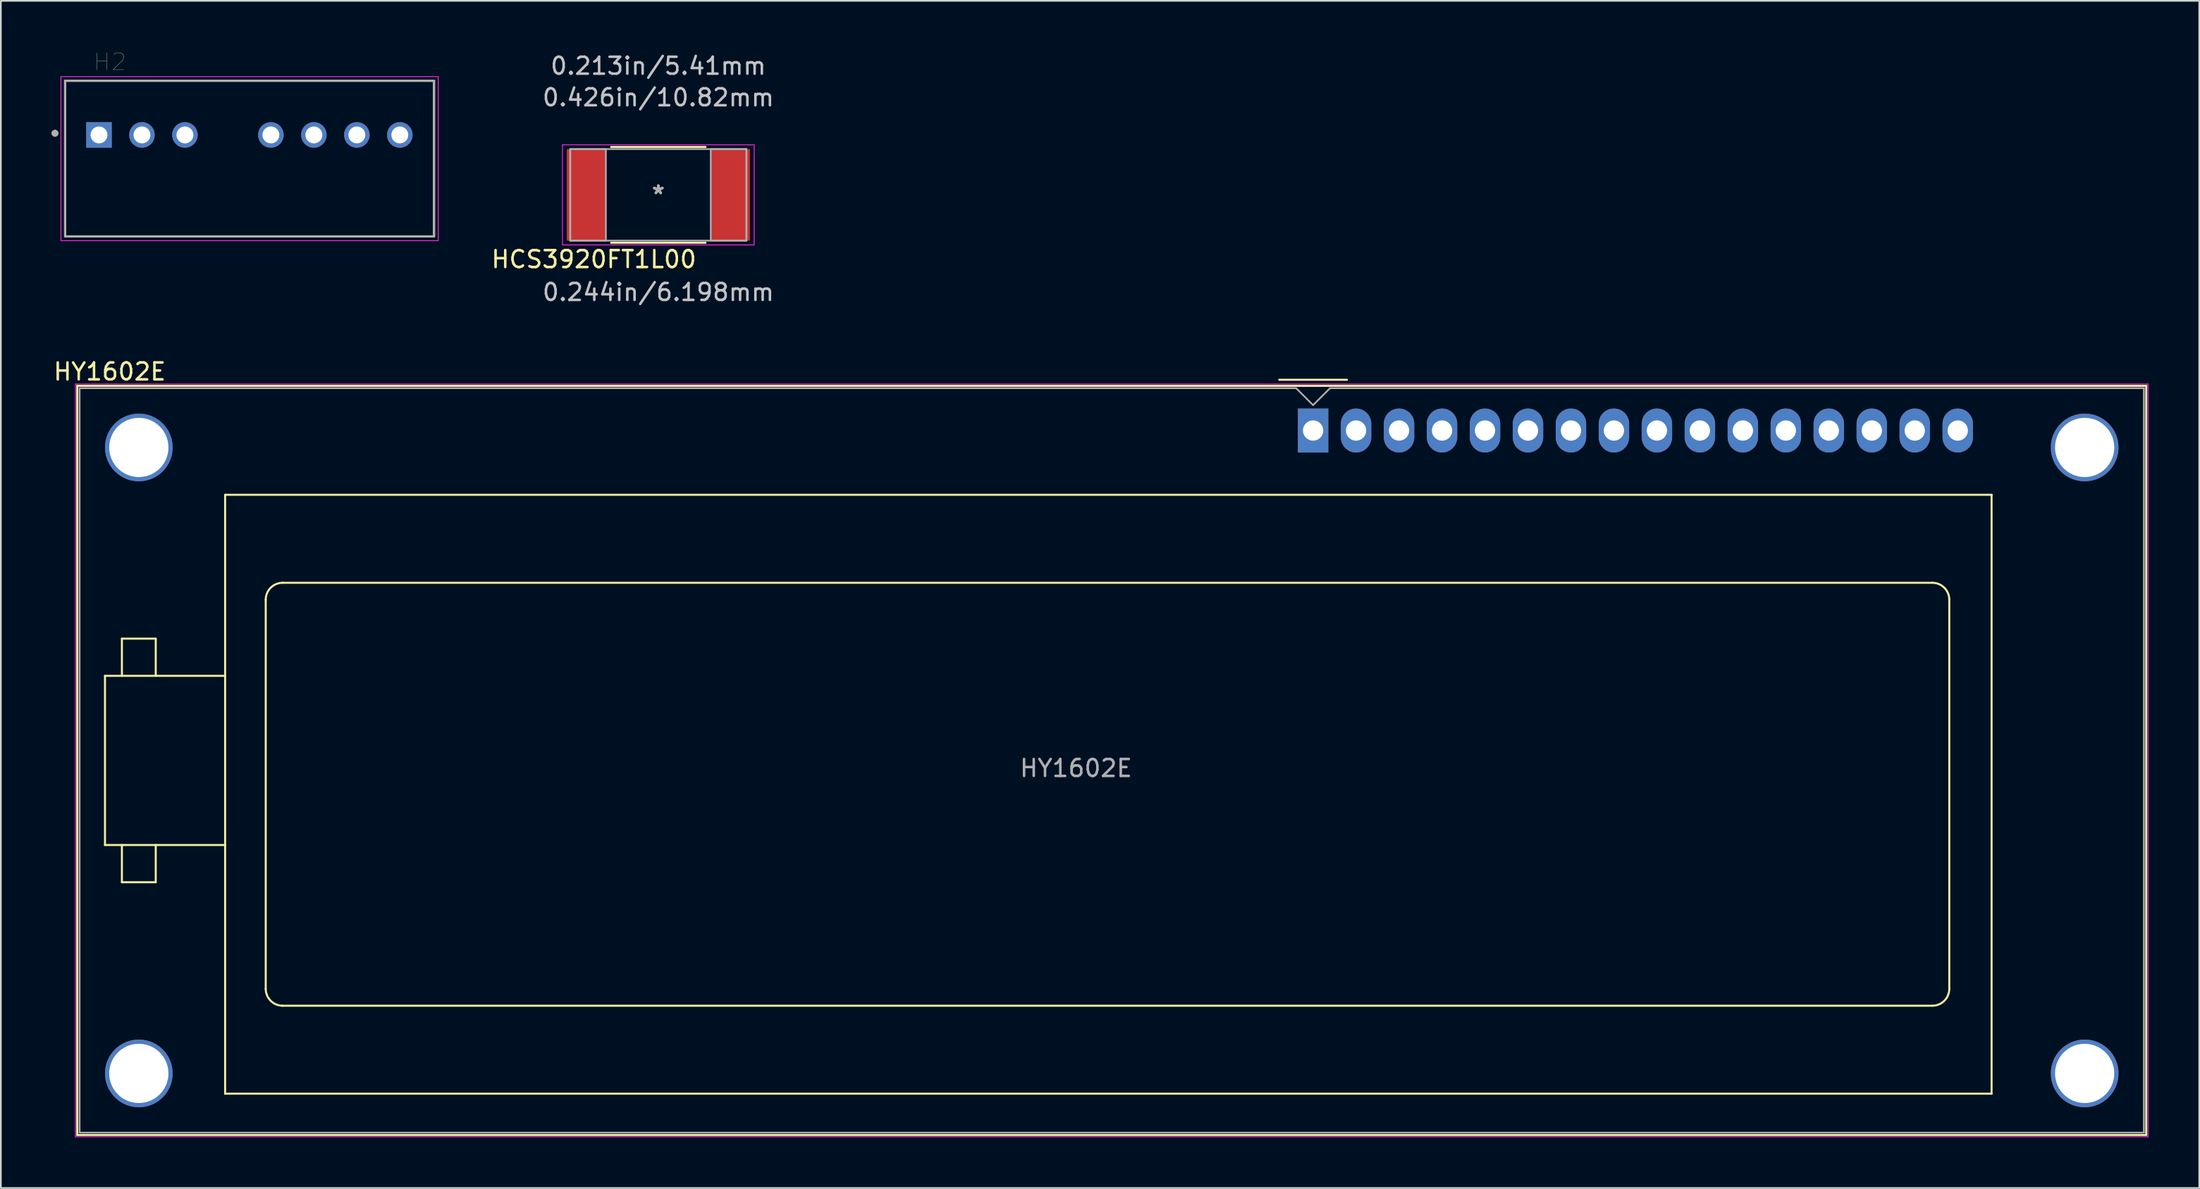
<source format=kicad_pcb>
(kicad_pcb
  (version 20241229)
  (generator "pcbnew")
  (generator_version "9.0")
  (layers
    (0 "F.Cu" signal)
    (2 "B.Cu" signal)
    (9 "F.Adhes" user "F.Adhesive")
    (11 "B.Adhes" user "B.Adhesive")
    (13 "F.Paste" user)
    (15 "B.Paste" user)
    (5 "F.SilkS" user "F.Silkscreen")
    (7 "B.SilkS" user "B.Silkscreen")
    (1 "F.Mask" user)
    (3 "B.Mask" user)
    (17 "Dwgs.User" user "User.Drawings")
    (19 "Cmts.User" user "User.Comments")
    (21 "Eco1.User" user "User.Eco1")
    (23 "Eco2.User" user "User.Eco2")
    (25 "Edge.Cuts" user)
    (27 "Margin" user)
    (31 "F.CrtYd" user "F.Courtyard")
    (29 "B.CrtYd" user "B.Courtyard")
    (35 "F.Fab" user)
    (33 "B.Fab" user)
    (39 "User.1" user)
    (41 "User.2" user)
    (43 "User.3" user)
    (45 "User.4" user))
  (footprint "H2"
    (layer "F.Cu")
    (at 11.7 6.326)
    (property "Reference" "H2" (at -8.255 -5.715 0) (layer "F.SilkS") (effects (font (size 1 1) (thickness 0.015))))
    (attr through_hole)
    (fp_line (start -10.9 -4.6) (end 10.9 -4.6) (stroke (width 0.127) (type solid)) (layer "F.SilkS"))
    (fp_line (start -10.9 4.6) (end -10.9 -4.6) (stroke (width 0.127) (type solid)) (layer "F.SilkS"))
    (fp_line (start 10.9 -4.6) (end 10.9 4.6) (stroke (width 0.127) (type solid)) (layer "F.SilkS"))
    (fp_line (start 10.9 4.6) (end -10.9 4.6) (stroke (width 0.127) (type solid)) (layer "F.SilkS"))
    (fp_circle (center -11.5 -1.5) (end -11.4 -1.5) (stroke (width 0.2) (type solid)) (fill no) (layer "F.SilkS"))
    (fp_line (start -11.15 -4.85) (end 11.15 -4.85) (stroke (width 0.05) (type solid)) (layer "F.CrtYd"))
    (fp_line (start -11.15 4.85) (end -11.15 -4.85) (stroke (width 0.05) (type solid)) (layer "F.CrtYd"))
    (fp_line (start 11.15 -4.85) (end 11.15 4.85) (stroke (width 0.05) (type solid)) (layer "F.CrtYd"))
    (fp_line (start 11.15 4.85) (end -11.15 4.85) (stroke (width 0.05) (type solid)) (layer "F.CrtYd"))
    (fp_line (start -10.9 -4.6) (end 10.9 -4.6) (stroke (width 0.127) (type solid)) (layer "F.Fab"))
    (fp_line (start -10.9 4.6) (end -10.9 -4.6) (stroke (width 0.127) (type solid)) (layer "F.Fab"))
    (fp_line (start 10.9 -4.6) (end 10.9 4.6) (stroke (width 0.127) (type solid)) (layer "F.Fab"))
    (fp_line (start 10.9 4.6) (end -10.9 4.6) (stroke (width 0.127) (type solid)) (layer "F.Fab"))
    (fp_circle (center -11.5 -1.5) (end -11.4 -1.5) (stroke (width 0.2) (type solid)) (fill no) (layer "F.Fab"))
    (pad "1" thru_hole rect (at -8.9 -1.4) (size 1.508 1.508) (drill 1) (layers "*.Cu" "*.Mask"))
    (pad "2" thru_hole circle (at -6.36 -1.4) (size 1.508 1.508) (drill 1) (layers "*.Cu" "*.Mask"))
    (pad "3" thru_hole circle (at -3.82 -1.4) (size 1.508 1.508) (drill 1) (layers "*.Cu" "*.Mask"))
    (pad "5" thru_hole circle (at 1.26 -1.4) (size 1.508 1.508) (drill 1) (layers "*.Cu" "*.Mask"))
    (pad "6" thru_hole circle (at 3.8 -1.4) (size 1.508 1.508) (drill 1) (layers "*.Cu" "*.Mask"))
    (pad "7" thru_hole circle (at 6.34 -1.4) (size 1.508 1.508) (drill 1) (layers "*.Cu" "*.Mask"))
    (pad "8" thru_hole circle (at 8.88 -1.4) (size 1.508 1.508) (drill 1) (layers "*.Cu" "*.Mask")))
  (footprint "HY1602E"
    (layer "F.Cu")
    (at 74.555 22.398)
    (property "Reference" "HY1602E" (at -71.12 -3.48 0) (layer "F.SilkS") (effects (font (size 1 1) (thickness 0.15))))
    (attr through_hole)
    (fp_line (start -73.04 -2.64) (end -73.04 41.64) (stroke (width 0.12) (type solid)) (layer "F.SilkS"))
    (fp_line (start -73.04 -2.64) (end 49.24 -2.64) (stroke (width 0.12) (type solid)) (layer "F.SilkS"))
    (fp_line (start -71.4 14.5) (end -64.3 14.5) (stroke (width 0.12) (type solid)) (layer "F.SilkS"))
    (fp_line (start -71.4 24.5) (end -71.4 14.5) (stroke (width 0.12) (type solid)) (layer "F.SilkS"))
    (fp_line (start -70.4 12.3) (end -70.4 14.5) (stroke (width 0.12) (type solid)) (layer "F.SilkS"))
    (fp_line (start -70.4 26.7) (end -70.4 24.5) (stroke (width 0.12) (type solid)) (layer "F.SilkS"))
    (fp_line (start -68.4 12.3) (end -70.4 12.3) (stroke (width 0.12) (type solid)) (layer "F.SilkS"))
    (fp_line (start -68.4 14.5) (end -68.4 12.3) (stroke (width 0.12) (type solid)) (layer "F.SilkS"))
    (fp_line (start -68.4 24.5) (end -68.4 26.7) (stroke (width 0.12) (type solid)) (layer "F.SilkS"))
    (fp_line (start -68.4 26.7) (end -70.4 26.7) (stroke (width 0.12) (type solid)) (layer "F.SilkS"))
    (fp_line (start -64.3 3.8) (end 40.1 3.8) (stroke (width 0.12) (type solid)) (layer "F.SilkS"))
    (fp_line (start -64.3 24.5) (end -71.4 24.5) (stroke (width 0.12) (type solid)) (layer "F.SilkS"))
    (fp_line (start -64.3 39.2) (end -64.3 3.8) (stroke (width 0.12) (type solid)) (layer "F.SilkS"))
    (fp_line (start -61.9 33) (end -61.9 10) (stroke (width 0.12) (type solid)) (layer "F.SilkS"))
    (fp_line (start -60.9 9) (end 36.6 9) (stroke (width 0.12) (type solid)) (layer "F.SilkS"))
    (fp_line (start -2 -3) (end 2 -3) (stroke (width 0.12) (type solid)) (layer "F.SilkS"))
    (fp_line (start 36.6 34) (end -60.9 34) (stroke (width 0.12) (type solid)) (layer "F.SilkS"))
    (fp_line (start 37.6 10) (end 37.6 33) (stroke (width 0.12) (type solid)) (layer "F.SilkS"))
    (fp_line (start 40.1 3.8) (end 40.1 39.2) (stroke (width 0.12) (type solid)) (layer "F.SilkS"))
    (fp_line (start 40.1 39.2) (end -64.3 39.2) (stroke (width 0.12) (type solid)) (layer "F.SilkS"))
    (fp_line (start 49.24 -2.64) (end 49.24 41.64) (stroke (width 0.12) (type solid)) (layer "F.SilkS"))
    (fp_line (start 49.24 41.64) (end -73.04 41.64) (stroke (width 0.12) (type solid)) (layer "F.SilkS"))
    (fp_arc (start -61.9 10) (mid -61.607107 9.292893) (end -60.9 9) (stroke (width 0.12) (type solid)) (layer "F.SilkS"))
    (fp_arc (start -60.9 34) (mid -61.607107 33.707107) (end -61.9 33) (stroke (width 0.12) (type solid)) (layer "F.SilkS"))
    (fp_arc (start 36.6 9) (mid 37.307107 9.292893) (end 37.6 10) (stroke (width 0.12) (type solid)) (layer "F.SilkS"))
    (fp_arc (start 37.6 33) (mid 37.307107 33.707107) (end 36.6 34) (stroke (width 0.12) (type solid)) (layer "F.SilkS"))
    (fp_line (start -73.15 -2.75) (end -73.15 41.75) (stroke (width 0.05) (type solid)) (layer "F.CrtYd"))
    (fp_line (start -73.15 -2.75) (end 49.35 -2.75) (stroke (width 0.05) (type solid)) (layer "F.CrtYd"))
    (fp_line (start -73.15 41.75) (end 49.35 41.75) (stroke (width 0.05) (type solid)) (layer "F.CrtYd"))
    (fp_line (start 49.35 -2.75) (end 49.35 41.75) (stroke (width 0.05) (type solid)) (layer "F.CrtYd"))
    (fp_line (start -72.9 -2.5) (end -72.9 41.5) (stroke (width 0.1) (type solid)) (layer "F.Fab"))
    (fp_line (start -72.9 41.5) (end 49.1 41.5) (stroke (width 0.1) (type solid)) (layer "F.Fab"))
    (fp_line (start -1 -2.5) (end -72.9 -2.5) (stroke (width 0.1) (type solid)) (layer "F.Fab"))
    (fp_line (start 0 -1.5) (end -1 -2.5) (stroke (width 0.1) (type solid)) (layer "F.Fab"))
    (fp_line (start 1 -2.5) (end 0 -1.5) (stroke (width 0.1) (type solid)) (layer "F.Fab"))
    (fp_line (start 49.1 -2.5) (end 1 -2.5) (stroke (width 0.1) (type solid)) (layer "F.Fab"))
    (fp_line (start 49.1 41.5) (end 49.1 -2.5) (stroke (width 0.1) (type solid)) (layer "F.Fab"))
    (fp_text user "${REFERENCE}" (at -14.01 19.96 0) (layer "F.Fab") (effects (font (size 1 1) (thickness 0.15))))
    (pad "" thru_hole circle (at -69.4 1.001 180) (size 4 4) (drill 3.5) (layers "*.Cu" "*.Mask"))
    (pad "" thru_hole circle (at -69.4 38.001 180) (size 4 4) (drill 3.5) (layers "*.Cu" "*.Mask"))
    (pad "" thru_hole circle (at 45.601 1.001 180) (size 4 4) (drill 3.5) (layers "*.Cu" "*.Mask"))
    (pad "" thru_hole circle (at 45.601 38.001 180) (size 4 4) (drill 3.5) (layers "*.Cu" "*.Mask"))
    (pad "1" thru_hole rect (at 0 0 180) (size 1.8 2.6) (drill 1.2) (layers "*.Cu" "*.Mask"))
    (pad "2" thru_hole oval (at 2.54 0 180) (size 1.8 2.6) (drill 1.2) (layers "*.Cu" "*.Mask"))
    (pad "3" thru_hole oval (at 5.08 0 180) (size 1.8 2.6) (drill 1.2) (layers "*.Cu" "*.Mask"))
    (pad "4" thru_hole oval (at 7.62 0 180) (size 1.8 2.6) (drill 1.2) (layers "*.Cu" "*.Mask"))
    (pad "5" thru_hole oval (at 10.16 0 180) (size 1.8 2.6) (drill 1.2) (layers "*.Cu" "*.Mask"))
    (pad "6" thru_hole oval (at 12.7 0 180) (size 1.8 2.6) (drill 1.2) (layers "*.Cu" "*.Mask"))
    (pad "7" thru_hole oval (at 15.24 0 180) (size 1.8 2.6) (drill 1.2) (layers "*.Cu" "*.Mask"))
    (pad "8" thru_hole oval (at 17.78 0 180) (size 1.8 2.6) (drill 1.2) (layers "*.Cu" "*.Mask"))
    (pad "9" thru_hole oval (at 20.32 0 180) (size 1.8 2.6) (drill 1.2) (layers "*.Cu" "*.Mask"))
    (pad "10" thru_hole oval (at 22.86 0 180) (size 1.8 2.6) (drill 1.2) (layers "*.Cu" "*.Mask"))
    (pad "11" thru_hole oval (at 25.4 0 180) (size 1.8 2.6) (drill 1.2) (layers "*.Cu" "*.Mask"))
    (pad "12" thru_hole oval (at 27.94 0 180) (size 1.8 2.6) (drill 1.2) (layers "*.Cu" "*.Mask"))
    (pad "13" thru_hole oval (at 30.48 0 180) (size 1.8 2.6) (drill 1.2) (layers "*.Cu" "*.Mask"))
    (pad "14" thru_hole oval (at 33.02 0 180) (size 1.8 2.6) (drill 1.2) (layers "*.Cu" "*.Mask"))
    (pad "15" thru_hole oval (at 35.56 0 180) (size 1.8 2.6) (drill 1.2) (layers "*.Cu" "*.Mask"))
    (pad "16" thru_hole oval (at 38.1 0 180) (size 1.8 2.6) (drill 1.2) (layers "*.Cu" "*.Mask")))
  (footprint "HCS3920FT1L00"
    (layer "F.Cu")
    (at 35.858 8.468)
    (property "Reference" "HCS3920FT1L00" (at -3.81 3.81 0) (layer "F.SilkS") (effects (font (size 1 1) (thickness 0.15))))
    (attr through_hole)
    (fp_line (start -2.791 2.832) (end 2.791 2.832) (stroke (width 0.12) (type solid)) (layer "F.SilkS"))
    (fp_line (start 2.791 -2.832) (end -2.791 -2.832) (stroke (width 0.12) (type solid)) (layer "F.SilkS"))
    (fp_line (start -5.664 -2.959) (end 5.664 -2.959) (stroke (width 0.05) (type solid)) (layer "F.CrtYd"))
    (fp_line (start -5.664 2.959) (end -5.664 -2.959) (stroke (width 0.05) (type solid)) (layer "F.CrtYd"))
    (fp_line (start 5.664 -2.959) (end 5.664 2.959) (stroke (width 0.05) (type solid)) (layer "F.CrtYd"))
    (fp_line (start 5.664 2.959) (end -5.664 2.959) (stroke (width 0.05) (type solid)) (layer "F.CrtYd"))
    (fp_line (start -5.207 -2.705) (end -5.207 2.705) (stroke (width 0.1) (type solid)) (layer "F.Fab"))
    (fp_line (start -5.207 -2.705) (end -5.207 2.705) (stroke (width 0.1) (type solid)) (layer "F.Fab"))
    (fp_line (start -5.207 2.705) (end -3.099 2.705) (stroke (width 0.1) (type solid)) (layer "F.Fab"))
    (fp_line (start -5.207 2.705) (end 5.207 2.705) (stroke (width 0.1) (type solid)) (layer "F.Fab"))
    (fp_line (start -3.099 -2.705) (end -5.207 -2.705) (stroke (width 0.1) (type solid)) (layer "F.Fab"))
    (fp_line (start -3.099 2.705) (end -3.099 -2.705) (stroke (width 0.1) (type solid)) (layer "F.Fab"))
    (fp_line (start 3.099 -2.705) (end 3.099 2.705) (stroke (width 0.1) (type solid)) (layer "F.Fab"))
    (fp_line (start 3.099 2.705) (end 5.207 2.705) (stroke (width 0.1) (type solid)) (layer "F.Fab"))
    (fp_line (start 5.207 -2.705) (end -5.207 -2.705) (stroke (width 0.1) (type solid)) (layer "F.Fab"))
    (fp_line (start 5.207 -2.705) (end 3.099 -2.705) (stroke (width 0.1) (type solid)) (layer "F.Fab"))
    (fp_line (start 5.207 2.705) (end 5.207 -2.705) (stroke (width 0.1) (type solid)) (layer "F.Fab"))
    (fp_line (start 5.207 2.705) (end 5.207 -2.705) (stroke (width 0.1) (type solid)) (layer "F.Fab"))
    (fp_text user "*" (at 0 0 0) (layer "F.SilkS") (effects (font (size 1 1) (thickness 0.15))))
    (fp_text user "0.244in/6.198mm" (at 0 5.753 0) (layer "Dwgs.User") (effects (font (size 1 1) (thickness 0.15))))
    (fp_text user "0.213in/5.41mm" (at 0 -7.62 0) (layer "Dwgs.User") (effects (font (size 1 1) (thickness 0.15))))
    (fp_text user "0.426in/10.82mm" (at 0 -5.753 0) (layer "Dwgs.User") (effects (font (size 1 1) (thickness 0.15))))
    (fp_text user "Copyright 2021 Accelerated Designs. All rights reserved." (at 0 0 0) (layer "Cmts.User") (effects (font (size 0.127 0.127) (thickness 0.002))))
    (fp_text user "*" (at 0 0 0) (layer "F.Fab") (effects (font (size 1 1) (thickness 0.15))))
    (pad "1" smd rect (at -4.255 0) (size 2.311 5.41) (layers "F.Cu" "F.Mask" "F.Paste"))
    (pad "2" smd rect (at 4.255 0) (size 2.311 5.41) (layers "F.Cu" "F.Mask" "F.Paste")))
  (gr_rect
    (start -3 -3)
    (end 126.93 67.173)
    (stroke (width 0.1) (type default))
    (fill no)
    (layer "Edge.Cuts")))
</source>
